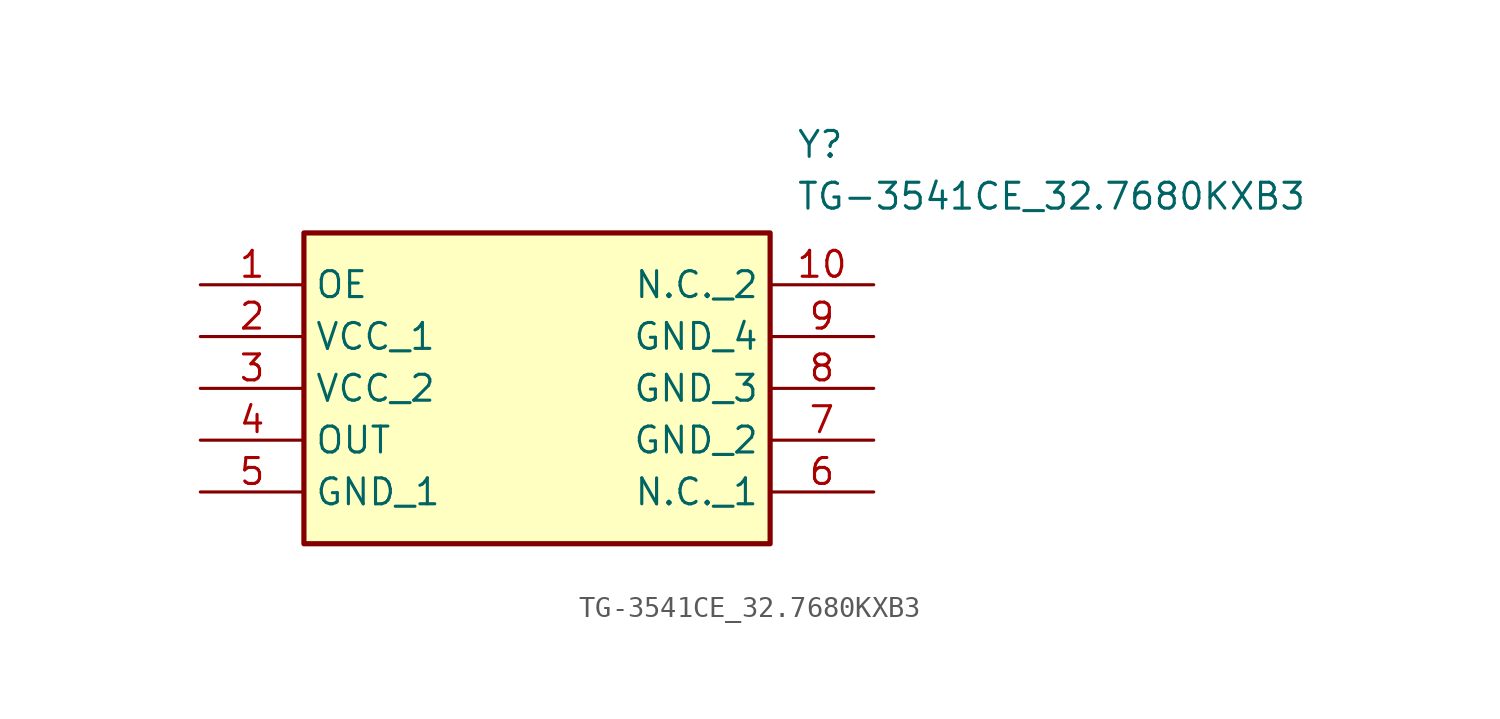
<source format=kicad_sym>
(kicad_symbol_lib
  (version 20211014)
  (generator SamacSys_ECAD_Model)
  (symbol "TG-3541CE_32.7680KXB3"
    (property "Reference" "Y"
      (at 29.21 7.62 0)
      (effects (font (size 1.27 1.27)) (justify left top)))
    (property "Value" "TG-3541CE_32.7680KXB3"
      (at 29.21 5.08 0)
      (effects (font (size 1.27 1.27)) (justify left top)))
    (rectangle
      (start 5.08 2.54)
      (end 27.94 -12.7)
      (stroke (width 0.254) (type default))
      (fill (type background)))
    (pin passive line
      (at 0 0 0)
      (length 5.08)
      (name "OE" (effects (font (size 1.27 1.27))))
      (number "1" (effects (font (size 1.27 1.27)))))
    (pin passive line
      (at 0 -2.54 0)
      (length 5.08)
      (name "VCC_1" (effects (font (size 1.27 1.27))))
      (number "2" (effects (font (size 1.27 1.27)))))
    (pin passive line
      (at 0 -5.08 0)
      (length 5.08)
      (name "VCC_2" (effects (font (size 1.27 1.27))))
      (number "3" (effects (font (size 1.27 1.27)))))
    (pin passive line
      (at 0 -7.62 0)
      (length 5.08)
      (name "OUT" (effects (font (size 1.27 1.27))))
      (number "4" (effects (font (size 1.27 1.27)))))
    (pin passive line
      (at 0 -10.16 0)
      (length 5.08)
      (name "GND_1" (effects (font (size 1.27 1.27))))
      (number "5" (effects (font (size 1.27 1.27)))))
    (pin passive line
      (at 33.02 -10.16 180)
      (length 5.08)
      (name "N.C._1" (effects (font (size 1.27 1.27))))
      (number "6" (effects (font (size 1.27 1.27)))))
    (pin passive line
      (at 33.02 -7.62 180)
      (length 5.08)
      (name "GND_2" (effects (font (size 1.27 1.27))))
      (number "7" (effects (font (size 1.27 1.27)))))
    (pin passive line
      (at 33.02 -5.08 180)
      (length 5.08)
      (name "GND_3" (effects (font (size 1.27 1.27))))
      (number "8" (effects (font (size 1.27 1.27)))))
    (pin passive line
      (at 33.02 -2.54 180)
      (length 5.08)
      (name "GND_4" (effects (font (size 1.27 1.27))))
      (number "9" (effects (font (size 1.27 1.27)))))
    (pin passive line
      (at 33.02 0 180)
      (length 5.08)
      (name "N.C._2" (effects (font (size 1.27 1.27))))
      (number "10" (effects (font (size 1.27 1.27)))))))
</source>
